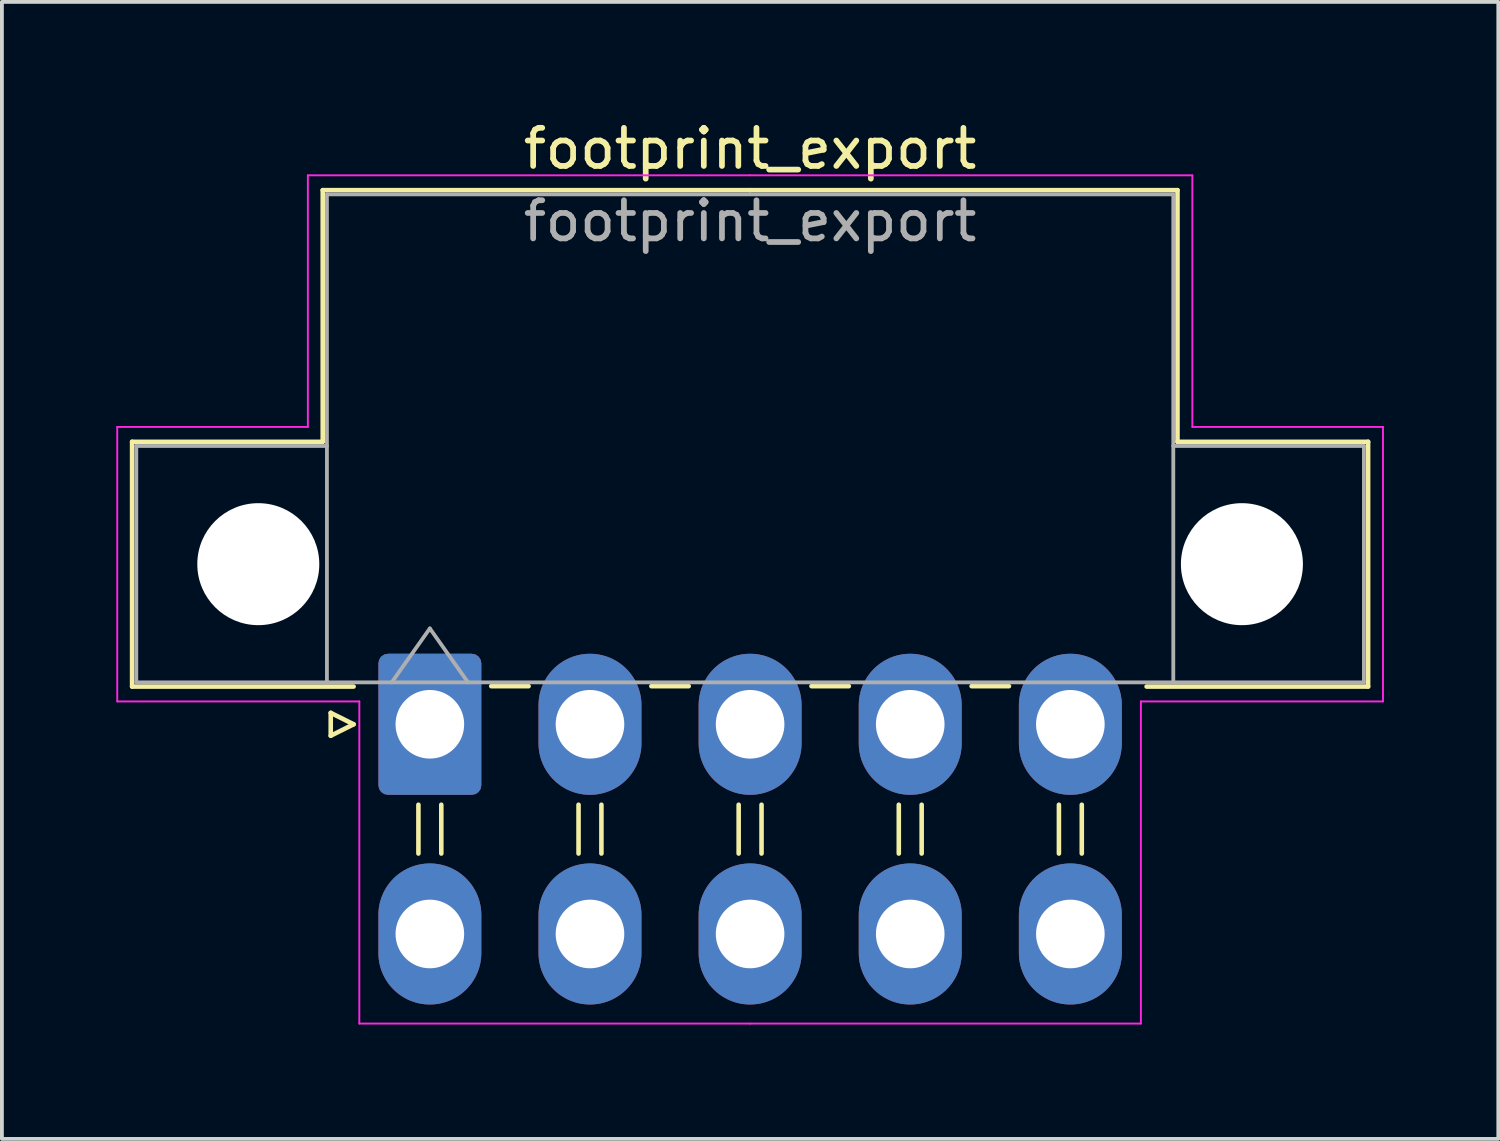
<source format=kicad_pcb>
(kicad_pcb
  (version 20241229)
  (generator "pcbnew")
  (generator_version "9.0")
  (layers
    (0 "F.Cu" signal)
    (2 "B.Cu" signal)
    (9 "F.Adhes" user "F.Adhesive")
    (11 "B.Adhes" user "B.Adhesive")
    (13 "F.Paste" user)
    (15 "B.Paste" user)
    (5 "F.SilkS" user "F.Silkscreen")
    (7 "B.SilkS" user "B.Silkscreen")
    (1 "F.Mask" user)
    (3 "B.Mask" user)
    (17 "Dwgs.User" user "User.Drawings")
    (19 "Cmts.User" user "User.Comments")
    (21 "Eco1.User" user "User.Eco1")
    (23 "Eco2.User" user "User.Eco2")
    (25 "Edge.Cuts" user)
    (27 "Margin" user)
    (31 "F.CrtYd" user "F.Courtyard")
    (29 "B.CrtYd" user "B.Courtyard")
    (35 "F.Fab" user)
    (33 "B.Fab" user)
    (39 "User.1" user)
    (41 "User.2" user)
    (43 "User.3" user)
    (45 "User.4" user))
  (footprint "footprint_export"
    (layer "F.Cu")
    (at 8.225 15.948)
    (property "Reference" "footprint_export" (at 8.4 -15.1 0) (layer "F.SilkS") (effects (font (size 1 1) (thickness 0.15))))
    (attr through_hole)
    (fp_line (start -7.81 -7.41) (end -7.81 -0.99) (stroke (width 0.12) (type solid)) (layer "F.SilkS"))
    (fp_line (start -7.81 -0.99) (end -2 -0.99) (stroke (width 0.12) (type solid)) (layer "F.SilkS"))
    (fp_line (start -2.81 -14.01) (end -2.81 -7.41) (stroke (width 0.12) (type solid)) (layer "F.SilkS"))
    (fp_line (start -2.81 -7.41) (end -7.81 -7.41) (stroke (width 0.12) (type solid)) (layer "F.SilkS"))
    (fp_line (start -2.6 -0.3) (end -2 0) (stroke (width 0.12) (type solid)) (layer "F.SilkS"))
    (fp_line (start -2.6 0.3) (end -2.6 -0.3) (stroke (width 0.12) (type solid)) (layer "F.SilkS"))
    (fp_line (start -2 0) (end -2.6 0.3) (stroke (width 0.12) (type solid)) (layer "F.SilkS"))
    (fp_line (start -0.3 2.11) (end -0.3 3.39) (stroke (width 0.12) (type solid)) (layer "F.SilkS"))
    (fp_line (start 0.3 2.11) (end 0.3 3.39) (stroke (width 0.12) (type solid)) (layer "F.SilkS"))
    (fp_line (start 1.61 -1) (end 2.59 -1) (stroke (width 0.12) (type solid)) (layer "F.SilkS"))
    (fp_line (start 3.9 2.11) (end 3.9 3.39) (stroke (width 0.12) (type solid)) (layer "F.SilkS"))
    (fp_line (start 4.5 2.11) (end 4.5 3.39) (stroke (width 0.12) (type solid)) (layer "F.SilkS"))
    (fp_line (start 5.81 -1) (end 6.79 -1) (stroke (width 0.12) (type solid)) (layer "F.SilkS"))
    (fp_line (start 8.1 2.11) (end 8.1 3.39) (stroke (width 0.12) (type solid)) (layer "F.SilkS"))
    (fp_line (start 8.4 -14.01) (end -2.81 -14.01) (stroke (width 0.12) (type solid)) (layer "F.SilkS"))
    (fp_line (start 8.4 -14.01) (end 19.61 -14.01) (stroke (width 0.12) (type solid)) (layer "F.SilkS"))
    (fp_line (start 8.7 2.11) (end 8.7 3.39) (stroke (width 0.12) (type solid)) (layer "F.SilkS"))
    (fp_line (start 10.01 -1) (end 10.99 -1) (stroke (width 0.12) (type solid)) (layer "F.SilkS"))
    (fp_line (start 12.3 2.11) (end 12.3 3.39) (stroke (width 0.12) (type solid)) (layer "F.SilkS"))
    (fp_line (start 12.9 2.11) (end 12.9 3.39) (stroke (width 0.12) (type solid)) (layer "F.SilkS"))
    (fp_line (start 14.21 -1) (end 15.19 -1) (stroke (width 0.12) (type solid)) (layer "F.SilkS"))
    (fp_line (start 16.5 2.11) (end 16.5 3.39) (stroke (width 0.12) (type solid)) (layer "F.SilkS"))
    (fp_line (start 17.1 2.11) (end 17.1 3.39) (stroke (width 0.12) (type solid)) (layer "F.SilkS"))
    (fp_line (start 19.61 -14.01) (end 19.61 -7.41) (stroke (width 0.12) (type solid)) (layer "F.SilkS"))
    (fp_line (start 19.61 -7.41) (end 24.61 -7.41) (stroke (width 0.12) (type solid)) (layer "F.SilkS"))
    (fp_line (start 24.61 -7.41) (end 24.61 -0.99) (stroke (width 0.12) (type solid)) (layer "F.SilkS"))
    (fp_line (start 24.61 -0.99) (end 18.8 -0.99) (stroke (width 0.12) (type solid)) (layer "F.SilkS"))
    (fp_line (start -8.2 -7.8) (end -8.2 -0.6) (stroke (width 0.05) (type solid)) (layer "F.CrtYd"))
    (fp_line (start -8.2 -0.6) (end -1.85 -0.6) (stroke (width 0.05) (type solid)) (layer "F.CrtYd"))
    (fp_line (start -3.2 -14.4) (end -3.2 -7.8) (stroke (width 0.05) (type solid)) (layer "F.CrtYd"))
    (fp_line (start -3.2 -7.8) (end -8.2 -7.8) (stroke (width 0.05) (type solid)) (layer "F.CrtYd"))
    (fp_line (start -1.85 -0.6) (end -1.85 7.85) (stroke (width 0.05) (type solid)) (layer "F.CrtYd"))
    (fp_line (start -1.85 7.85) (end 8.4 7.85) (stroke (width 0.05) (type solid)) (layer "F.CrtYd"))
    (fp_line (start 8.4 -14.4) (end -3.2 -14.4) (stroke (width 0.05) (type solid)) (layer "F.CrtYd"))
    (fp_line (start 8.4 -14.4) (end 20 -14.4) (stroke (width 0.05) (type solid)) (layer "F.CrtYd"))
    (fp_line (start 18.65 -0.6) (end 18.65 7.85) (stroke (width 0.05) (type solid)) (layer "F.CrtYd"))
    (fp_line (start 18.65 7.85) (end 8.4 7.85) (stroke (width 0.05) (type solid)) (layer "F.CrtYd"))
    (fp_line (start 20 -14.4) (end 20 -7.8) (stroke (width 0.05) (type solid)) (layer "F.CrtYd"))
    (fp_line (start 20 -7.8) (end 25 -7.8) (stroke (width 0.05) (type solid)) (layer "F.CrtYd"))
    (fp_line (start 25 -7.8) (end 25 -0.6) (stroke (width 0.05) (type solid)) (layer "F.CrtYd"))
    (fp_line (start 25 -0.6) (end 18.65 -0.6) (stroke (width 0.05) (type solid)) (layer "F.CrtYd"))
    (fp_line (start -7.7 -7.3) (end -7.7 -1.1) (stroke (width 0.1) (type solid)) (layer "F.Fab"))
    (fp_line (start -7.7 -1.1) (end -2.7 -1.1) (stroke (width 0.1) (type solid)) (layer "F.Fab"))
    (fp_line (start -2.7 -13.9) (end -2.7 -1.1) (stroke (width 0.1) (type solid)) (layer "F.Fab"))
    (fp_line (start -2.7 -7.3) (end -7.7 -7.3) (stroke (width 0.1) (type solid)) (layer "F.Fab"))
    (fp_line (start -2.7 -1.1) (end 19.5 -1.1) (stroke (width 0.1) (type solid)) (layer "F.Fab"))
    (fp_line (start -1 -1.1) (end 0 -2.514) (stroke (width 0.1) (type solid)) (layer "F.Fab"))
    (fp_line (start 0 -2.514) (end 1 -1.1) (stroke (width 0.1) (type solid)) (layer "F.Fab"))
    (fp_line (start 19.5 -13.9) (end -2.7 -13.9) (stroke (width 0.1) (type solid)) (layer "F.Fab"))
    (fp_line (start 19.5 -7.3) (end 24.5 -7.3) (stroke (width 0.1) (type solid)) (layer "F.Fab"))
    (fp_line (start 19.5 -1.1) (end 19.5 -13.9) (stroke (width 0.1) (type solid)) (layer "F.Fab"))
    (fp_line (start 24.5 -7.3) (end 24.5 -1.1) (stroke (width 0.1) (type solid)) (layer "F.Fab"))
    (fp_line (start 24.5 -1.1) (end 19.5 -1.1) (stroke (width 0.1) (type solid)) (layer "F.Fab"))
    (fp_text user "${REFERENCE}" (at 8.4 -13.2 0) (layer "F.Fab") (effects (font (size 1 1) (thickness 0.15))))
    (pad "" np_thru_hole circle (at -4.5 -4.2) (size 3.2 3.2) (drill 3.2) (layers "*.Cu" "*.Mask"))
    (pad "" np_thru_hole circle (at 21.3 -4.2) (size 3.2 3.2) (drill 3.2) (layers "*.Cu" "*.Mask"))
    (pad "1" thru_hole roundrect (at 0 0) (size 2.7 3.7) (drill 1.8) (layers "*.Cu" "*.Mask") (roundrect_rratio 0.093))
    (pad "2" thru_hole oval (at 4.2 0) (size 2.7 3.7) (drill 1.8) (layers "*.Cu" "*.Mask"))
    (pad "3" thru_hole oval (at 8.4 0) (size 2.7 3.7) (drill 1.8) (layers "*.Cu" "*.Mask"))
    (pad "4" thru_hole oval (at 12.6 0) (size 2.7 3.7) (drill 1.8) (layers "*.Cu" "*.Mask"))
    (pad "5" thru_hole oval (at 16.8 0) (size 2.7 3.7) (drill 1.8) (layers "*.Cu" "*.Mask"))
    (pad "6" thru_hole oval (at 0 5.5) (size 2.7 3.7) (drill 1.8) (layers "*.Cu" "*.Mask"))
    (pad "7" thru_hole oval (at 4.2 5.5) (size 2.7 3.7) (drill 1.8) (layers "*.Cu" "*.Mask"))
    (pad "8" thru_hole oval (at 8.4 5.5) (size 2.7 3.7) (drill 1.8) (layers "*.Cu" "*.Mask"))
    (pad "9" thru_hole oval (at 12.6 5.5) (size 2.7 3.7) (drill 1.8) (layers "*.Cu" "*.Mask"))
    (pad "10" thru_hole oval (at 16.8 5.5) (size 2.7 3.7) (drill 1.8) (layers "*.Cu" "*.Mask")))
  (gr_rect
    (start -3 -3)
    (end 36.25 26.823)
    (stroke (width 0.1) (type default))
    (fill no)
    (layer "Edge.Cuts")))
</source>
